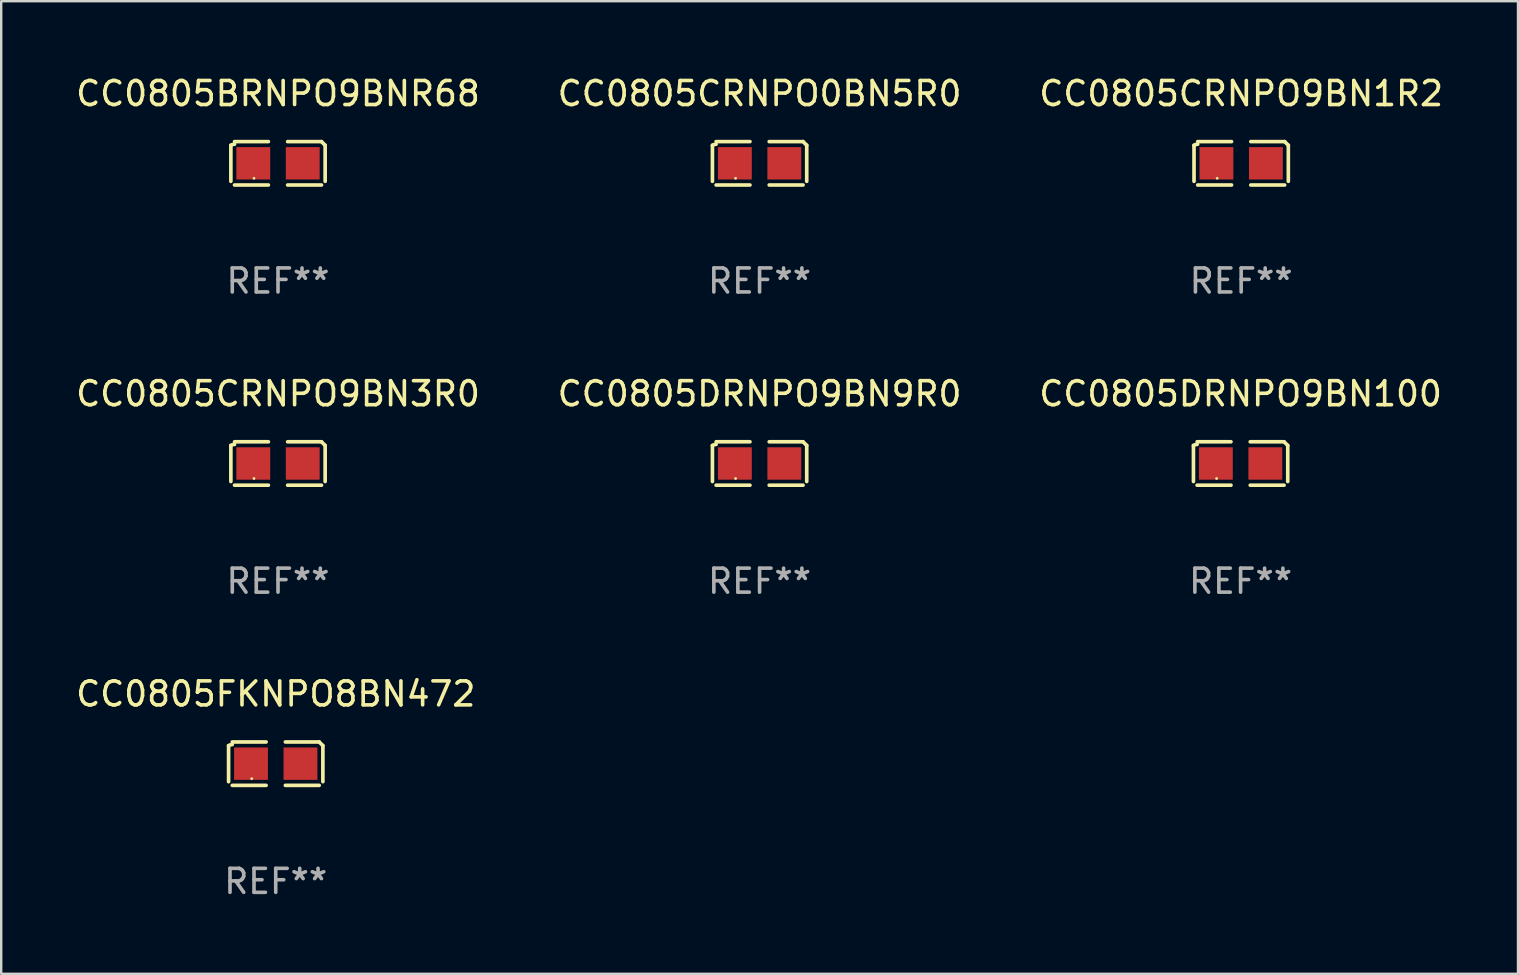
<source format=kicad_pcb>
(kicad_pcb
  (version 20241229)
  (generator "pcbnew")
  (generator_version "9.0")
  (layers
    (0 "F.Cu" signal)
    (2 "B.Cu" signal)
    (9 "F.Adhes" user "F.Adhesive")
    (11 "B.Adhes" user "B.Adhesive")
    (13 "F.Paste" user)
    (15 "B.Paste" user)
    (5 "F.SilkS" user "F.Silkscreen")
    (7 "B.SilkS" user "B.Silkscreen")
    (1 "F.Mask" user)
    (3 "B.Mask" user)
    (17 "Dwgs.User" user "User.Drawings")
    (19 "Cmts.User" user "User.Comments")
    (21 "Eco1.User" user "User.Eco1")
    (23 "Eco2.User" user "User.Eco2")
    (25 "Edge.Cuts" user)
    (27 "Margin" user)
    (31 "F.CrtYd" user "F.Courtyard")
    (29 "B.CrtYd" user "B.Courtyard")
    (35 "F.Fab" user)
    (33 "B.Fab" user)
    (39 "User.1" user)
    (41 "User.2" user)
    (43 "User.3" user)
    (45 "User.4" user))
  (footprint "CC0805CRNPO0BN5R0"
    (layer "F.Cu")
    (at 28.589 3.752)
    (property "Reference" "CC0805CRNPO0BN5R0" (at 0 -2.904 0) (layer "F.SilkS") (effects (font (size 1 1) (thickness 0.15))))
    (attr through_hole)
    (fp_line (start -1.964 0.751) (end -1.964 -0.751) (stroke (width 0.152) (type solid)) (layer "F.SilkS"))
    (fp_line (start -1.811 -0.904) (end -0.401 -0.904) (stroke (width 0.152) (type solid)) (layer "F.SilkS"))
    (fp_line (start -0.401 0.904) (end -1.811 0.904) (stroke (width 0.152) (type solid)) (layer "F.SilkS"))
    (fp_line (start 0.401 0.904) (end 1.811 0.904) (stroke (width 0.152) (type solid)) (layer "F.SilkS"))
    (fp_line (start 1.811 -0.904) (end 0.401 -0.904) (stroke (width 0.152) (type solid)) (layer "F.SilkS"))
    (fp_line (start 1.964 0.751) (end 1.964 -0.751) (stroke (width 0.152) (type solid)) (layer "F.SilkS"))
    (fp_arc (start -1.963602 -0.751207) (mid -1.890354 -0.783131) (end -1.811201 -0.794044) (stroke (width 0.1524) (type solid)) (layer "F.SilkS"))
    (fp_arc (start 1.811202 -0.903607) (mid 1.887413 -0.827418) (end 1.963602 -0.751207) (stroke (width 0.1524) (type solid)) (layer "F.SilkS"))
    (fp_circle (center -1 0.625) (end -0.97 0.625) (stroke (width 0.06) (type solid)) (fill no) (layer "F.SilkS"))
    (fp_text user "REF**" (at 0 4.904 0) (layer "F.Fab") (effects (font (size 1 1) (thickness 0.15))))
    (pad "1" smd rect (at -1.03 0) (size 1.41 1.35) (layers "F.Cu" "F.Mask" "F.Paste"))
    (pad "2" smd rect (at 1.03 0) (size 1.41 1.35) (layers "F.Cu" "F.Mask" "F.Paste")))
  (footprint "CC0805CRNPO9BN3R0"
    (layer "F.Cu")
    (at 8.53 16.256)
    (property "Reference" "CC0805CRNPO9BN3R0" (at 0 -2.904 0) (layer "F.SilkS") (effects (font (size 1 1) (thickness 0.15))))
    (attr through_hole)
    (fp_line (start -1.964 0.751) (end -1.964 -0.751) (stroke (width 0.152) (type solid)) (layer "F.SilkS"))
    (fp_line (start -1.811 -0.904) (end -0.401 -0.904) (stroke (width 0.152) (type solid)) (layer "F.SilkS"))
    (fp_line (start -0.401 0.904) (end -1.811 0.904) (stroke (width 0.152) (type solid)) (layer "F.SilkS"))
    (fp_line (start 0.401 0.904) (end 1.811 0.904) (stroke (width 0.152) (type solid)) (layer "F.SilkS"))
    (fp_line (start 1.811 -0.904) (end 0.401 -0.904) (stroke (width 0.152) (type solid)) (layer "F.SilkS"))
    (fp_line (start 1.964 0.751) (end 1.964 -0.751) (stroke (width 0.152) (type solid)) (layer "F.SilkS"))
    (fp_arc (start -1.963602 -0.751207) (mid -1.890354 -0.783131) (end -1.811201 -0.794044) (stroke (width 0.1524) (type solid)) (layer "F.SilkS"))
    (fp_arc (start 1.811202 -0.903607) (mid 1.887413 -0.827418) (end 1.963602 -0.751207) (stroke (width 0.1524) (type solid)) (layer "F.SilkS"))
    (fp_circle (center -1 0.625) (end -0.97 0.625) (stroke (width 0.06) (type solid)) (fill no) (layer "F.SilkS"))
    (fp_text user "REF**" (at 0 4.904 0) (layer "F.Fab") (effects (font (size 1 1) (thickness 0.15))))
    (pad "1" smd rect (at -1.03 0) (size 1.41 1.35) (layers "F.Cu" "F.Mask" "F.Paste"))
    (pad "2" smd rect (at 1.03 0) (size 1.41 1.35) (layers "F.Cu" "F.Mask" "F.Paste")))
  (footprint "CC0805FKNPO8BN472"
    (layer "F.Cu")
    (at 8.435 28.759)
    (property "Reference" "CC0805FKNPO8BN472" (at 0 -2.904 0) (layer "F.SilkS") (effects (font (size 1 1) (thickness 0.15))))
    (attr through_hole)
    (fp_line (start -1.964 0.751) (end -1.964 -0.751) (stroke (width 0.152) (type solid)) (layer "F.SilkS"))
    (fp_line (start -1.811 -0.904) (end -0.401 -0.904) (stroke (width 0.152) (type solid)) (layer "F.SilkS"))
    (fp_line (start -0.401 0.904) (end -1.811 0.904) (stroke (width 0.152) (type solid)) (layer "F.SilkS"))
    (fp_line (start 0.401 0.904) (end 1.811 0.904) (stroke (width 0.152) (type solid)) (layer "F.SilkS"))
    (fp_line (start 1.811 -0.904) (end 0.401 -0.904) (stroke (width 0.152) (type solid)) (layer "F.SilkS"))
    (fp_line (start 1.964 0.751) (end 1.964 -0.751) (stroke (width 0.152) (type solid)) (layer "F.SilkS"))
    (fp_arc (start -1.963602 -0.751207) (mid -1.890354 -0.783131) (end -1.811201 -0.794044) (stroke (width 0.1524) (type solid)) (layer "F.SilkS"))
    (fp_arc (start 1.811202 -0.903607) (mid 1.887413 -0.827418) (end 1.963602 -0.751207) (stroke (width 0.1524) (type solid)) (layer "F.SilkS"))
    (fp_circle (center -1 0.625) (end -0.97 0.625) (stroke (width 0.06) (type solid)) (fill no) (layer "F.SilkS"))
    (fp_text user "REF**" (at 0 4.904 0) (layer "F.Fab") (effects (font (size 1 1) (thickness 0.15))))
    (pad "1" smd rect (at -1.03 0) (size 1.41 1.35) (layers "F.Cu" "F.Mask" "F.Paste"))
    (pad "2" smd rect (at 1.03 0) (size 1.41 1.35) (layers "F.Cu" "F.Mask" "F.Paste")))
  (footprint "CC0805BRNPO9BNR68"
    (layer "F.Cu")
    (at 8.53 3.752)
    (property "Reference" "CC0805BRNPO9BNR68" (at 0 -2.904 0) (layer "F.SilkS") (effects (font (size 1 1) (thickness 0.15))))
    (attr through_hole)
    (fp_line (start -1.964 0.751) (end -1.964 -0.751) (stroke (width 0.152) (type solid)) (layer "F.SilkS"))
    (fp_line (start -1.811 -0.904) (end -0.401 -0.904) (stroke (width 0.152) (type solid)) (layer "F.SilkS"))
    (fp_line (start -0.401 0.904) (end -1.811 0.904) (stroke (width 0.152) (type solid)) (layer "F.SilkS"))
    (fp_line (start 0.401 0.904) (end 1.811 0.904) (stroke (width 0.152) (type solid)) (layer "F.SilkS"))
    (fp_line (start 1.811 -0.904) (end 0.401 -0.904) (stroke (width 0.152) (type solid)) (layer "F.SilkS"))
    (fp_line (start 1.964 0.751) (end 1.964 -0.751) (stroke (width 0.152) (type solid)) (layer "F.SilkS"))
    (fp_arc (start -1.963602 -0.751207) (mid -1.890354 -0.783131) (end -1.811201 -0.794044) (stroke (width 0.1524) (type solid)) (layer "F.SilkS"))
    (fp_arc (start 1.811202 -0.903607) (mid 1.887413 -0.827418) (end 1.963602 -0.751207) (stroke (width 0.1524) (type solid)) (layer "F.SilkS"))
    (fp_circle (center -1 0.625) (end -0.97 0.625) (stroke (width 0.06) (type solid)) (fill no) (layer "F.SilkS"))
    (fp_text user "REF**" (at 0 4.904 0) (layer "F.Fab") (effects (font (size 1 1) (thickness 0.15))))
    (pad "1" smd rect (at -1.03 0) (size 1.41 1.35) (layers "F.Cu" "F.Mask" "F.Paste"))
    (pad "2" smd rect (at 1.03 0) (size 1.41 1.35) (layers "F.Cu" "F.Mask" "F.Paste")))
  (footprint "CC0805DRNPO9BN100"
    (layer "F.Cu")
    (at 48.625 16.256)
    (property "Reference" "CC0805DRNPO9BN100" (at 0 -2.904 0) (layer "F.SilkS") (effects (font (size 1 1) (thickness 0.15))))
    (attr through_hole)
    (fp_line (start -1.964 0.751) (end -1.964 -0.751) (stroke (width 0.152) (type solid)) (layer "F.SilkS"))
    (fp_line (start -1.811 -0.904) (end -0.401 -0.904) (stroke (width 0.152) (type solid)) (layer "F.SilkS"))
    (fp_line (start -0.401 0.904) (end -1.811 0.904) (stroke (width 0.152) (type solid)) (layer "F.SilkS"))
    (fp_line (start 0.401 0.904) (end 1.811 0.904) (stroke (width 0.152) (type solid)) (layer "F.SilkS"))
    (fp_line (start 1.811 -0.904) (end 0.401 -0.904) (stroke (width 0.152) (type solid)) (layer "F.SilkS"))
    (fp_line (start 1.964 0.751) (end 1.964 -0.751) (stroke (width 0.152) (type solid)) (layer "F.SilkS"))
    (fp_arc (start -1.963602 -0.751207) (mid -1.890354 -0.783131) (end -1.811201 -0.794044) (stroke (width 0.1524) (type solid)) (layer "F.SilkS"))
    (fp_arc (start 1.811202 -0.903607) (mid 1.887413 -0.827418) (end 1.963602 -0.751207) (stroke (width 0.1524) (type solid)) (layer "F.SilkS"))
    (fp_circle (center -1 0.625) (end -0.97 0.625) (stroke (width 0.06) (type solid)) (fill no) (layer "F.SilkS"))
    (fp_text user "REF**" (at 0 4.904 0) (layer "F.Fab") (effects (font (size 1 1) (thickness 0.15))))
    (pad "1" smd rect (at -1.03 0) (size 1.41 1.35) (layers "F.Cu" "F.Mask" "F.Paste"))
    (pad "2" smd rect (at 1.03 0) (size 1.41 1.35) (layers "F.Cu" "F.Mask" "F.Paste")))
  (footprint "CC0805DRNPO9BN9R0"
    (layer "F.Cu")
    (at 28.589 16.256)
    (property "Reference" "CC0805DRNPO9BN9R0" (at 0 -2.904 0) (layer "F.SilkS") (effects (font (size 1 1) (thickness 0.15))))
    (attr through_hole)
    (fp_line (start -1.964 0.751) (end -1.964 -0.751) (stroke (width 0.152) (type solid)) (layer "F.SilkS"))
    (fp_line (start -1.811 -0.904) (end -0.401 -0.904) (stroke (width 0.152) (type solid)) (layer "F.SilkS"))
    (fp_line (start -0.401 0.904) (end -1.811 0.904) (stroke (width 0.152) (type solid)) (layer "F.SilkS"))
    (fp_line (start 0.401 0.904) (end 1.811 0.904) (stroke (width 0.152) (type solid)) (layer "F.SilkS"))
    (fp_line (start 1.811 -0.904) (end 0.401 -0.904) (stroke (width 0.152) (type solid)) (layer "F.SilkS"))
    (fp_line (start 1.964 0.751) (end 1.964 -0.751) (stroke (width 0.152) (type solid)) (layer "F.SilkS"))
    (fp_arc (start -1.963602 -0.751207) (mid -1.890354 -0.783131) (end -1.811201 -0.794044) (stroke (width 0.1524) (type solid)) (layer "F.SilkS"))
    (fp_arc (start 1.811202 -0.903607) (mid 1.887413 -0.827418) (end 1.963602 -0.751207) (stroke (width 0.1524) (type solid)) (layer "F.SilkS"))
    (fp_circle (center -1 0.625) (end -0.97 0.625) (stroke (width 0.06) (type solid)) (fill no) (layer "F.SilkS"))
    (fp_text user "REF**" (at 0 4.904 0) (layer "F.Fab") (effects (font (size 1 1) (thickness 0.15))))
    (pad "1" smd rect (at -1.03 0) (size 1.41 1.35) (layers "F.Cu" "F.Mask" "F.Paste"))
    (pad "2" smd rect (at 1.03 0) (size 1.41 1.35) (layers "F.Cu" "F.Mask" "F.Paste")))
  (footprint "CC0805CRNPO9BN1R2"
    (layer "F.Cu")
    (at 48.649 3.752)
    (property "Reference" "CC0805CRNPO9BN1R2" (at 0 -2.904 0) (layer "F.SilkS") (effects (font (size 1 1) (thickness 0.15))))
    (attr through_hole)
    (fp_line (start -1.964 0.751) (end -1.964 -0.751) (stroke (width 0.152) (type solid)) (layer "F.SilkS"))
    (fp_line (start -1.811 -0.904) (end -0.401 -0.904) (stroke (width 0.152) (type solid)) (layer "F.SilkS"))
    (fp_line (start -0.401 0.904) (end -1.811 0.904) (stroke (width 0.152) (type solid)) (layer "F.SilkS"))
    (fp_line (start 0.401 0.904) (end 1.811 0.904) (stroke (width 0.152) (type solid)) (layer "F.SilkS"))
    (fp_line (start 1.811 -0.904) (end 0.401 -0.904) (stroke (width 0.152) (type solid)) (layer "F.SilkS"))
    (fp_line (start 1.964 0.751) (end 1.964 -0.751) (stroke (width 0.152) (type solid)) (layer "F.SilkS"))
    (fp_arc (start -1.963602 -0.751207) (mid -1.890354 -0.783131) (end -1.811201 -0.794044) (stroke (width 0.1524) (type solid)) (layer "F.SilkS"))
    (fp_arc (start 1.811202 -0.903607) (mid 1.887413 -0.827418) (end 1.963602 -0.751207) (stroke (width 0.1524) (type solid)) (layer "F.SilkS"))
    (fp_circle (center -1 0.625) (end -0.97 0.625) (stroke (width 0.06) (type solid)) (fill no) (layer "F.SilkS"))
    (fp_text user "REF**" (at 0 4.904 0) (layer "F.Fab") (effects (font (size 1 1) (thickness 0.15))))
    (pad "1" smd rect (at -1.03 0) (size 1.41 1.35) (layers "F.Cu" "F.Mask" "F.Paste"))
    (pad "2" smd rect (at 1.03 0) (size 1.41 1.35) (layers "F.Cu" "F.Mask" "F.Paste")))
  (gr_rect
    (start -3 -3)
    (end 60.179 37.511)
    (stroke (width 0.1) (type default))
    (fill no)
    (layer "Edge.Cuts")))
</source>
